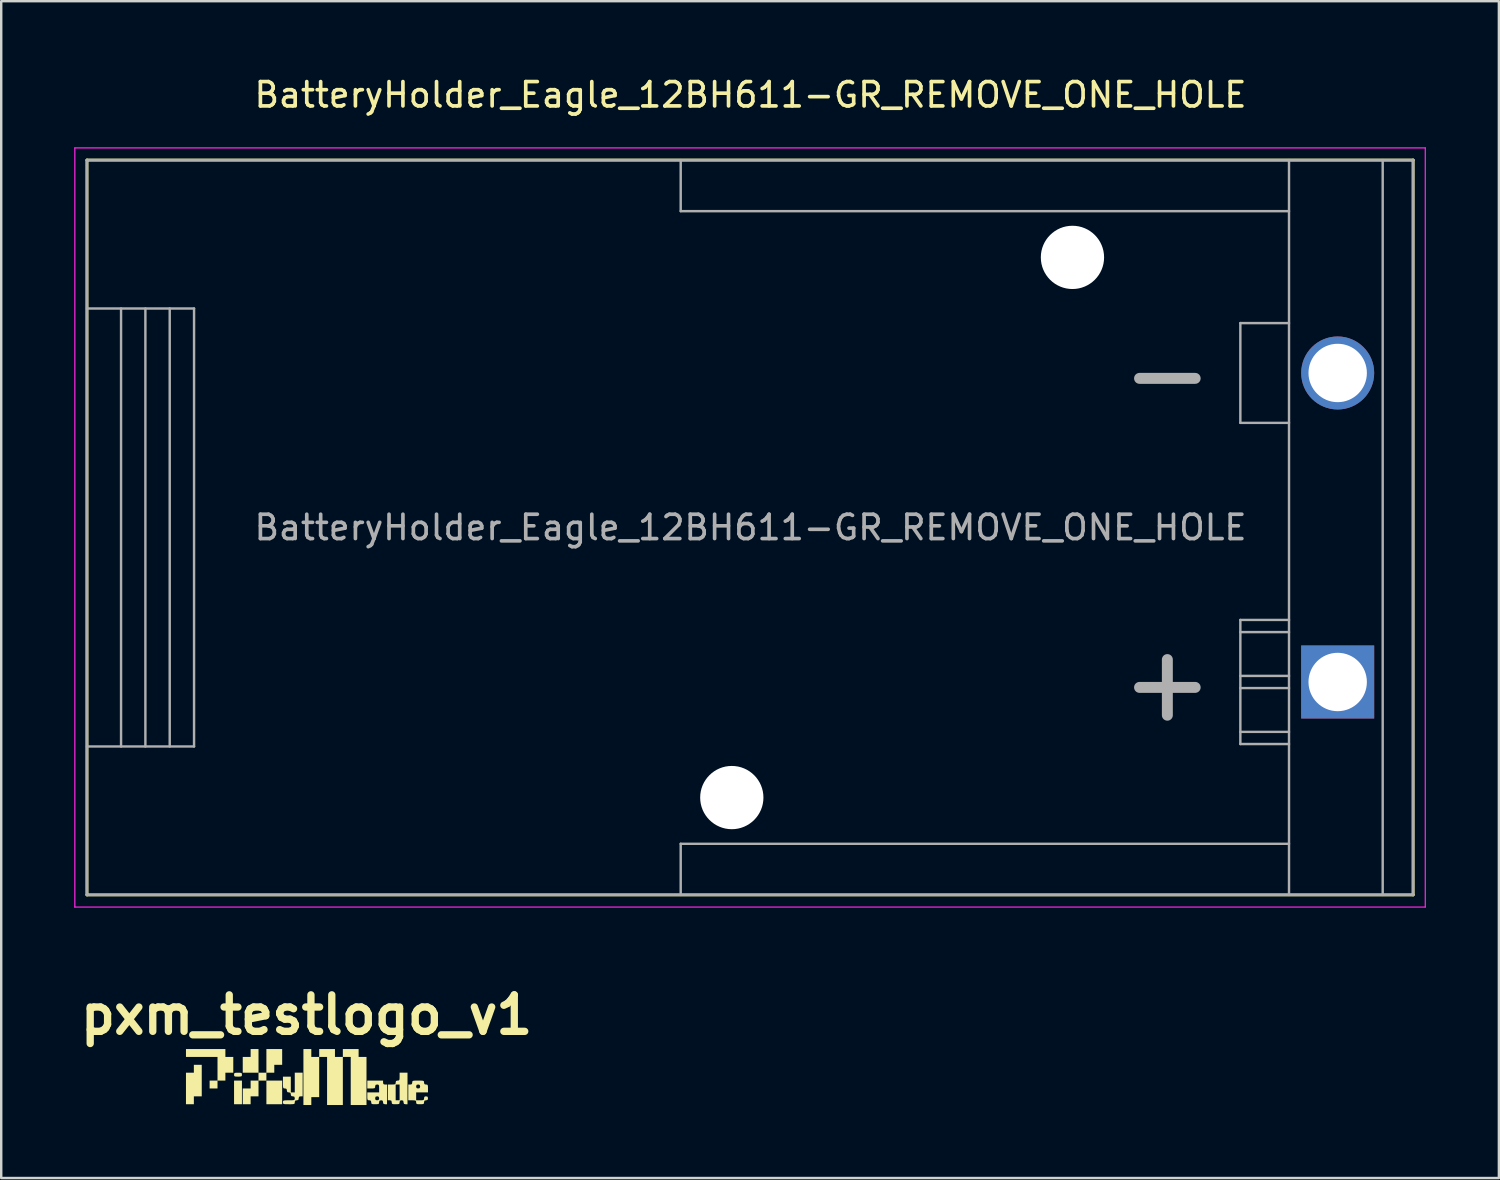
<source format=kicad_pcb>
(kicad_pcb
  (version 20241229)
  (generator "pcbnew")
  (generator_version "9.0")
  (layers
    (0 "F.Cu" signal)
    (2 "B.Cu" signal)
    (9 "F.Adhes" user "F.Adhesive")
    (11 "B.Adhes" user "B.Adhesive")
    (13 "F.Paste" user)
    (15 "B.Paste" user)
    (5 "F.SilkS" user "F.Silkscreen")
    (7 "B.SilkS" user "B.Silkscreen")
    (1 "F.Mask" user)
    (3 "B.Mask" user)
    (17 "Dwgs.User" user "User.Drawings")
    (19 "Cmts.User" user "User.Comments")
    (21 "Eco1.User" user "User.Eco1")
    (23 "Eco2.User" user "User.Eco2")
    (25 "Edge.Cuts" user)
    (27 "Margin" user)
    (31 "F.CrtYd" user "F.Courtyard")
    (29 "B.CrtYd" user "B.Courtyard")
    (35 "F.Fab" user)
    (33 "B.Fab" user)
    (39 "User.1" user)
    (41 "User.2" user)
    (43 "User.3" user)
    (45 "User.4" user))
  (footprint "pxm_testlogo_v1"
    (layer "F.Cu")
    (at 9.55 41.197)
    (property "Reference" "pxm_testlogo_v1" (at 0 -2.54 0) (layer "F.SilkS") (effects (font (size 1.5 1.5) (thickness 0.3))))
    (attr board_only exclude_from_pos_files exclude_from_bom)
    (fp_poly (pts (xy -2.657 0.648) (xy -2.657 1.134) (xy -2.819 1.134) (xy -2.981 1.134) (xy -2.981 0.648) (xy -2.981 0.162) (xy -2.819 0.162) (xy -2.657 0.162)) (stroke (width 0) (type solid)) (fill yes) (layer "F.SilkS"))
    (fp_poly (pts (xy -1.004 0.648) (xy -1.004 1.134) (xy -1.328 1.134) (xy -1.652 1.134) (xy -1.652 0.648) (xy -1.652 0.162) (xy -1.328 0.162) (xy -1.004 0.162)) (stroke (width 0) (type solid)) (fill yes) (layer "F.SilkS"))
    (fp_poly (pts (xy -4.309 0.162) (xy -4.309 0.81) (xy -4.471 0.81) (xy -4.633 0.81) (xy -4.633 0.972) (xy -4.633 1.134) (xy -4.795 1.134) (xy -4.957 1.134) (xy -4.957 0.486) (xy -4.957 -0.162) (xy -4.795 -0.162) (xy -4.633 -0.162) (xy -4.633 -0.324) (xy -4.633 -0.486) (xy -4.471 -0.486) (xy -4.309 -0.486)) (stroke (width 0) (type solid)) (fill yes) (layer "F.SilkS"))
    (fp_poly (pts (xy -2.722 -0.159) (xy -2.675 -0.146) (xy -2.658 -0.114) (xy -2.657 -0.081) (xy -2.662 -0.033) (xy -2.689 -0.009) (xy -2.754 -0.001) (xy -2.819 0) (xy -2.915 -0.003) (xy -2.963 -0.016) (xy -2.979 -0.048) (xy -2.981 -0.081) (xy -2.975 -0.129) (xy -2.949 -0.153) (xy -2.884 -0.161) (xy -2.819 -0.162)) (stroke (width 0) (type solid)) (fill yes) (layer "F.SilkS"))
    (fp_poly (pts (xy -3.337 -0.972) (xy -3.337 -0.81) (xy -3.175 -0.81) (xy -3.013 -0.81) (xy -3.013 -0.486) (xy -3.013 -0.162) (xy -3.175 -0.162) (xy -3.337 -0.162) (xy -3.337 0) (xy -3.337 0.162) (xy -3.499 0.162) (xy -3.661 0.162) (xy -3.661 0.324) (xy -3.661 0.486) (xy -3.823 0.486) (xy -3.985 0.486) (xy -3.985 0.324) (xy -3.985 0.162) (xy -3.823 0.162) (xy -3.661 0.162) (xy -3.661 -0.324) (xy -3.661 -0.81) (xy -4.309 -0.81) (xy -4.957 -0.81) (xy -4.957 -0.972) (xy -4.957 -1.134) (xy -4.147 -1.134) (xy -3.337 -1.134)) (stroke (width 0) (type solid)) (fill yes) (layer "F.SilkS"))
    (fp_poly (pts (xy -1.976 -0.648) (xy -1.976 -0.162) (xy -1.814 -0.162) (xy -1.652 -0.162) (xy -1.652 -0.648) (xy -1.652 -1.134) (xy -1.328 -1.134) (xy -1.004 -1.134) (xy -1.004 -0.81) (xy -1.004 -0.486) (xy -1.166 -0.486) (xy -1.328 -0.486) (xy -1.328 -0.324) (xy -1.328 -0.162) (xy -1.49 -0.162) (xy -1.652 -0.162) (xy -1.652 0) (xy -1.652 0.162) (xy -1.814 0.162) (xy -1.976 0.162) (xy -1.976 0.486) (xy -1.976 0.81) (xy -2.138 0.81) (xy -2.3 0.81) (xy -2.3 0.972) (xy -2.3 1.134) (xy -2.462 1.134) (xy -2.624 1.134) (xy -2.624 0.81) (xy -2.624 0.486) (xy -2.462 0.486) (xy -2.3 0.486) (xy -2.3 0.324) (xy -2.3 0.162) (xy -2.138 0.162) (xy -1.976 0.162) (xy -1.976 0) (xy -1.976 -0.162) (xy -2.3 -0.162) (xy -2.624 -0.162) (xy -2.624 -0.486) (xy -2.624 -0.81) (xy -2.462 -0.81) (xy -2.3 -0.81) (xy -2.3 -0.972) (xy -2.3 -1.134) (xy -2.138 -1.134) (xy -1.976 -1.134)) (stroke (width 0) (type solid)) (fill yes) (layer "F.SilkS"))
    (fp_poly (pts (xy 0.194 -0.972) (xy 0.194 -0.81) (xy 0.356 -0.81) (xy 0.518 -0.81) (xy 0.518 -0.972) (xy 0.518 -1.134) (xy 0.842 -1.134) (xy 1.166 -1.134) (xy 1.166 -0.972) (xy 1.166 -0.81) (xy 1.328 -0.81) (xy 1.49 -0.81) (xy 1.49 -0.972) (xy 1.49 -1.134) (xy 1.814 -1.134) (xy 2.138 -1.134) (xy 2.138 -0.972) (xy 2.138 -0.81) (xy 2.3 -0.81) (xy 2.462 -0.81) (xy 2.462 0.178) (xy 2.462 1.166) (xy 2.138 1.166) (xy 1.814 1.166) (xy 1.814 0.178) (xy 1.814 -0.81) (xy 1.652 -0.81) (xy 1.49 -0.81) (xy 1.49 0.178) (xy 1.49 1.166) (xy 1.166 1.166) (xy 0.842 1.166) (xy 0.842 0.178) (xy 0.842 -0.81) (xy 0.68 -0.81) (xy 0.518 -0.81) (xy 0.518 0.016) (xy 0.518 0.842) (xy 0.356 0.842) (xy 0.194 0.842) (xy 0.194 1.004) (xy 0.194 1.166) (xy 0.032 1.166) (xy -0.13 1.166) (xy -0.13 0.016) (xy -0.13 -1.134) (xy 0.032 -1.134) (xy 0.194 -1.134)) (stroke (width 0) (type solid)) (fill yes) (layer "F.SilkS"))
    (fp_poly (pts (xy 4.147 0.486) (xy 4.147 1.134) (xy 4.066 1.134) (xy 4.004 1.121) (xy 3.985 1.068) (xy 3.985 1.053) (xy 3.972 0.991) (xy 3.919 0.972) (xy 3.904 0.972) (xy 3.842 0.985) (xy 3.823 1.038) (xy 3.823 1.053) (xy 3.818 1.101) (xy 3.791 1.125) (xy 3.726 1.133) (xy 3.661 1.134) (xy 3.565 1.131) (xy 3.517 1.118) (xy 3.501 1.085) (xy 3.499 1.053) (xy 3.486 0.991) (xy 3.433 0.972) (xy 3.418 0.972) (xy 3.337 0.972) (xy 3.337 0.648) (xy 3.337 0.324) (xy 3.499 0.324) (xy 3.661 0.324) (xy 3.661 0.648) (xy 3.661 0.972) (xy 3.742 0.972) (xy 3.823 0.972) (xy 3.823 0.648) (xy 3.823 0.324) (xy 3.742 0.324) (xy 3.661 0.324) (xy 3.499 0.324) (xy 3.595 0.321) (xy 3.643 0.308) (xy 3.659 0.275) (xy 3.661 0.243) (xy 3.674 0.181) (xy 3.727 0.162) (xy 3.742 0.162) (xy 3.79 0.157) (xy 3.814 0.13) (xy 3.822 0.065) (xy 3.823 0) (xy 3.823 -0.162) (xy 3.985 -0.162) (xy 4.147 -0.162)) (stroke (width 0) (type solid)) (fill yes) (layer "F.SilkS"))
    (fp_poly (pts (xy -0.162 0.324) (xy -0.162 0.81) (xy -0.243 0.81) (xy -0.305 0.823) (xy -0.324 0.876) (xy -0.324 0.891) (xy -0.337 0.953) (xy -0.39 0.972) (xy -0.405 0.972) (xy -0.467 0.985) (xy -0.486 1.038) (xy -0.486 1.053) (xy -0.489 1.094) (xy -0.507 1.118) (xy -0.554 1.13) (xy -0.644 1.134) (xy -0.729 1.134) (xy -0.853 1.133) (xy -0.925 1.127) (xy -0.96 1.111) (xy -0.971 1.081) (xy -0.972 1.053) (xy -0.969 1.012) (xy -0.951 0.988) (xy -0.904 0.976) (xy -0.814 0.972) (xy -0.729 0.972) (xy -0.605 0.971) (xy -0.533 0.965) (xy -0.498 0.949) (xy -0.487 0.919) (xy -0.486 0.891) (xy -0.499 0.829) (xy -0.552 0.81) (xy -0.567 0.81) (xy -0.629 0.797) (xy -0.648 0.744) (xy -0.648 0.729) (xy -0.661 0.667) (xy -0.714 0.648) (xy -0.729 0.648) (xy -0.791 0.635) (xy -0.81 0.582) (xy -0.81 0.567) (xy -0.823 0.505) (xy -0.876 0.486) (xy -0.891 0.486) (xy -0.932 0.483) (xy -0.956 0.465) (xy -0.968 0.418) (xy -0.972 0.328) (xy -0.972 0.243) (xy -0.972 0) (xy -0.81 0) (xy -0.648 0) (xy -0.648 0.324) (xy -0.648 0.648) (xy -0.567 0.648) (xy -0.486 0.648) (xy -0.486 0.243) (xy -0.486 -0.162) (xy -0.324 -0.162) (xy -0.162 -0.162)) (stroke (width 0) (type solid)) (fill yes) (layer "F.SilkS"))
    (fp_poly (pts (xy 3.143 0.243) (xy 3.156 0.305) (xy 3.209 0.324) (xy 3.224 0.324) (xy 3.305 0.324) (xy 3.305 0.729) (xy 3.305 1.134) (xy 3.224 1.134) (xy 3.162 1.121) (xy 3.143 1.068) (xy 3.143 1.053) (xy 3.129 0.991) (xy 3.077 0.972) (xy 3.062 0.972) (xy 3 0.985) (xy 2.981 1.038) (xy 2.981 1.053) (xy 2.975 1.101) (xy 2.949 1.125) (xy 2.884 1.133) (xy 2.819 1.134) (xy 2.722 1.131) (xy 2.675 1.118) (xy 2.658 1.085) (xy 2.657 1.053) (xy 2.643 0.991) (xy 2.591 0.972) (xy 2.576 0.972) (xy 2.528 0.967) (xy 2.504 0.94) (xy 2.497 0.891) (xy 2.819 0.891) (xy 2.832 0.953) (xy 2.885 0.972) (xy 2.9 0.972) (xy 2.961 0.959) (xy 2.98 0.906) (xy 2.981 0.891) (xy 2.967 0.829) (xy 2.915 0.81) (xy 2.9 0.81) (xy 2.838 0.823) (xy 2.819 0.876) (xy 2.819 0.891) (xy 2.497 0.891) (xy 2.495 0.875) (xy 2.495 0.81) (xy 2.495 0.648) (xy 2.738 0.648) (xy 2.981 0.648) (xy 2.981 0.486) (xy 2.978 0.39) (xy 2.965 0.342) (xy 2.932 0.326) (xy 2.9 0.324) (xy 2.838 0.337) (xy 2.819 0.39) (xy 2.819 0.405) (xy 2.813 0.453) (xy 2.787 0.477) (xy 2.722 0.485) (xy 2.657 0.486) (xy 2.495 0.486) (xy 2.495 0.324) (xy 2.495 0.162) (xy 2.819 0.162) (xy 3.143 0.162)) (stroke (width 0) (type solid)) (fill yes) (layer "F.SilkS"))
    (fp_poly (pts (xy 4.708 0.163) (xy 4.78 0.169) (xy 4.815 0.185) (xy 4.826 0.215) (xy 4.827 0.243) (xy 4.841 0.305) (xy 4.893 0.324) (xy 4.908 0.324) (xy 4.956 0.329) (xy 4.98 0.356) (xy 4.989 0.421) (xy 4.989 0.486) (xy 4.989 0.648) (xy 4.746 0.648) (xy 4.503 0.648) (xy 4.503 0.81) (xy 4.503 0.972) (xy 4.665 0.972) (xy 4.761 0.969) (xy 4.809 0.956) (xy 4.826 0.923) (xy 4.827 0.891) (xy 4.841 0.829) (xy 4.893 0.81) (xy 4.908 0.81) (xy 4.97 0.823) (xy 4.989 0.876) (xy 4.989 0.891) (xy 4.976 0.953) (xy 4.923 0.972) (xy 4.908 0.972) (xy 4.847 0.985) (xy 4.828 1.038) (xy 4.827 1.053) (xy 4.822 1.101) (xy 4.795 1.125) (xy 4.73 1.133) (xy 4.665 1.134) (xy 4.569 1.131) (xy 4.521 1.118) (xy 4.505 1.085) (xy 4.503 1.053) (xy 4.498 1.005) (xy 4.471 0.981) (xy 4.406 0.973) (xy 4.341 0.972) (xy 4.179 0.972) (xy 4.179 0.648) (xy 4.179 0.405) (xy 4.503 0.405) (xy 4.517 0.467) (xy 4.569 0.486) (xy 4.584 0.486) (xy 4.646 0.473) (xy 4.665 0.42) (xy 4.665 0.405) (xy 4.652 0.343) (xy 4.599 0.324) (xy 4.584 0.324) (xy 4.523 0.337) (xy 4.504 0.39) (xy 4.503 0.405) (xy 4.179 0.405) (xy 4.179 0.324) (xy 4.26 0.324) (xy 4.322 0.311) (xy 4.341 0.258) (xy 4.341 0.243) (xy 4.344 0.202) (xy 4.363 0.178) (xy 4.41 0.166) (xy 4.499 0.162) (xy 4.584 0.162)) (stroke (width 0) (type solid)) (fill yes) (layer "F.SilkS")))
  (footprint "BatteryHolder_Eagle_12BH611-GR_REMOVE_ONE_HOLE"
    (layer "F.Cu")
    (at 51.925 24.978)
    (property "Reference" "BatteryHolder_Eagle_12BH611-GR_REMOVE_ONE_HOLE" (at -24.13 -24.13 0) (layer "F.SilkS") (effects (font (size 1 1) (thickness 0.15))))
    (attr through_hole)
    (fp_line (start -51.4 -21.45) (end 3.1 -21.45) (stroke (width 0.12) (type solid)) (layer "F.SilkS"))
    (fp_line (start -51.4 8.75) (end -51.4 -21.45) (stroke (width 0.12) (type solid)) (layer "F.SilkS"))
    (fp_line (start 3.1 -21.45) (end 3.1 8.75) (stroke (width 0.12) (type solid)) (layer "F.SilkS"))
    (fp_line (start 3.1 8.75) (end -51.4 8.75) (stroke (width 0.12) (type solid)) (layer "F.SilkS"))
    (fp_line (start -51.9 -21.95) (end 3.6 -21.95) (stroke (width 0.05) (type solid)) (layer "F.CrtYd"))
    (fp_line (start -51.9 9.25) (end -51.9 -21.95) (stroke (width 0.05) (type solid)) (layer "F.CrtYd"))
    (fp_line (start 3.6 -21.95) (end 3.6 9.25) (stroke (width 0.05) (type solid)) (layer "F.CrtYd"))
    (fp_line (start 3.6 9.25) (end -51.9 9.25) (stroke (width 0.05) (type solid)) (layer "F.CrtYd"))
    (fp_line (start -51.4 -21.45) (end 3.1 -21.45) (stroke (width 0.1) (type solid)) (layer "F.Fab"))
    (fp_line (start -51.4 -15.35) (end -47 -15.35) (stroke (width 0.1) (type solid)) (layer "F.Fab"))
    (fp_line (start -51.4 2.65) (end -47 2.65) (stroke (width 0.1) (type solid)) (layer "F.Fab"))
    (fp_line (start -51.4 8.75) (end -51.4 -21.45) (stroke (width 0.1) (type solid)) (layer "F.Fab"))
    (fp_line (start -50 2.65) (end -50 -15.35) (stroke (width 0.1) (type solid)) (layer "F.Fab"))
    (fp_line (start -49 2.65) (end -49 -15.35) (stroke (width 0.1) (type solid)) (layer "F.Fab"))
    (fp_line (start -48 2.65) (end -48 -15.35) (stroke (width 0.1) (type solid)) (layer "F.Fab"))
    (fp_line (start -47 2.65) (end -47 -15.35) (stroke (width 0.1) (type solid)) (layer "F.Fab"))
    (fp_line (start -27 -19.35) (end -27 -21.45) (stroke (width 0.1) (type solid)) (layer "F.Fab"))
    (fp_line (start -27 6.65) (end -27 8.75) (stroke (width 0.1) (type solid)) (layer "F.Fab"))
    (fp_line (start -4 -14.75) (end -4 -10.65) (stroke (width 0.1) (type solid)) (layer "F.Fab"))
    (fp_line (start -4 -10.65) (end -2 -10.65) (stroke (width 0.1) (type solid)) (layer "F.Fab"))
    (fp_line (start -4 -2.55) (end -4 2.55) (stroke (width 0.1) (type solid)) (layer "F.Fab"))
    (fp_line (start -4 -2.05) (end -2 -2.05) (stroke (width 0.1) (type solid)) (layer "F.Fab"))
    (fp_line (start -4 0.25) (end -2 0.25) (stroke (width 0.1) (type solid)) (layer "F.Fab"))
    (fp_line (start -4 2.55) (end -2 2.55) (stroke (width 0.1) (type solid)) (layer "F.Fab"))
    (fp_line (start -2 -21.45) (end -2 8.75) (stroke (width 0.1) (type solid)) (layer "F.Fab"))
    (fp_line (start -2 -19.35) (end -27 -19.35) (stroke (width 0.1) (type solid)) (layer "F.Fab"))
    (fp_line (start -2 -14.75) (end -4 -14.75) (stroke (width 0.1) (type solid)) (layer "F.Fab"))
    (fp_line (start -2 -2.55) (end -4 -2.55) (stroke (width 0.1) (type solid)) (layer "F.Fab"))
    (fp_line (start -2 -0.25) (end -4 -0.25) (stroke (width 0.1) (type solid)) (layer "F.Fab"))
    (fp_line (start -2 2.05) (end -4 2.05) (stroke (width 0.1) (type solid)) (layer "F.Fab"))
    (fp_line (start -2 6.65) (end -27 6.65) (stroke (width 0.1) (type solid)) (layer "F.Fab"))
    (fp_line (start 1.85 8.75) (end 1.85 -21.45) (stroke (width 0.1) (type solid)) (layer "F.Fab"))
    (fp_line (start 3.1 -21.45) (end 3.1 8.75) (stroke (width 0.1) (type solid)) (layer "F.Fab"))
    (fp_line (start 3.1 8.75) (end -51.4 8.75) (stroke (width 0.1) (type solid)) (layer "F.Fab"))
    (fp_text user "-" (at -7 -12.7 0) (layer "F.Fab") (effects (font (size 3 3) (thickness 0.45))))
    (fp_text user "+" (at -7 0 0) (layer "F.Fab") (effects (font (size 3 3) (thickness 0.45))))
    (fp_text user "${REFERENCE}" (at -24.13 -6.35 180) (layer "F.Fab") (effects (font (size 1 1) (thickness 0.15))))
    (pad "" np_thru_hole circle (at -24.9 4.75) (size 2.6 2.6) (drill 2.6) (layers "*.Cu" "*.Mask"))
    (pad "" np_thru_hole circle (at -10.9 -17.45) (size 2.6 2.6) (drill 2.6) (layers "*.Cu" "*.Mask"))
    (pad "1" thru_hole rect (at 0 0) (size 3 3) (drill 2.4) (layers "*.Cu" "*.Mask"))
    (pad "2" thru_hole circle (at 0 -12.7) (size 3 3) (drill 2.4) (layers "*.Cu" "*.Mask")))
  (gr_rect
    (start -3 -3)
    (end 58.55 45.364)
    (stroke (width 0.1) (type default))
    (fill no)
    (layer "Edge.Cuts")))
</source>
